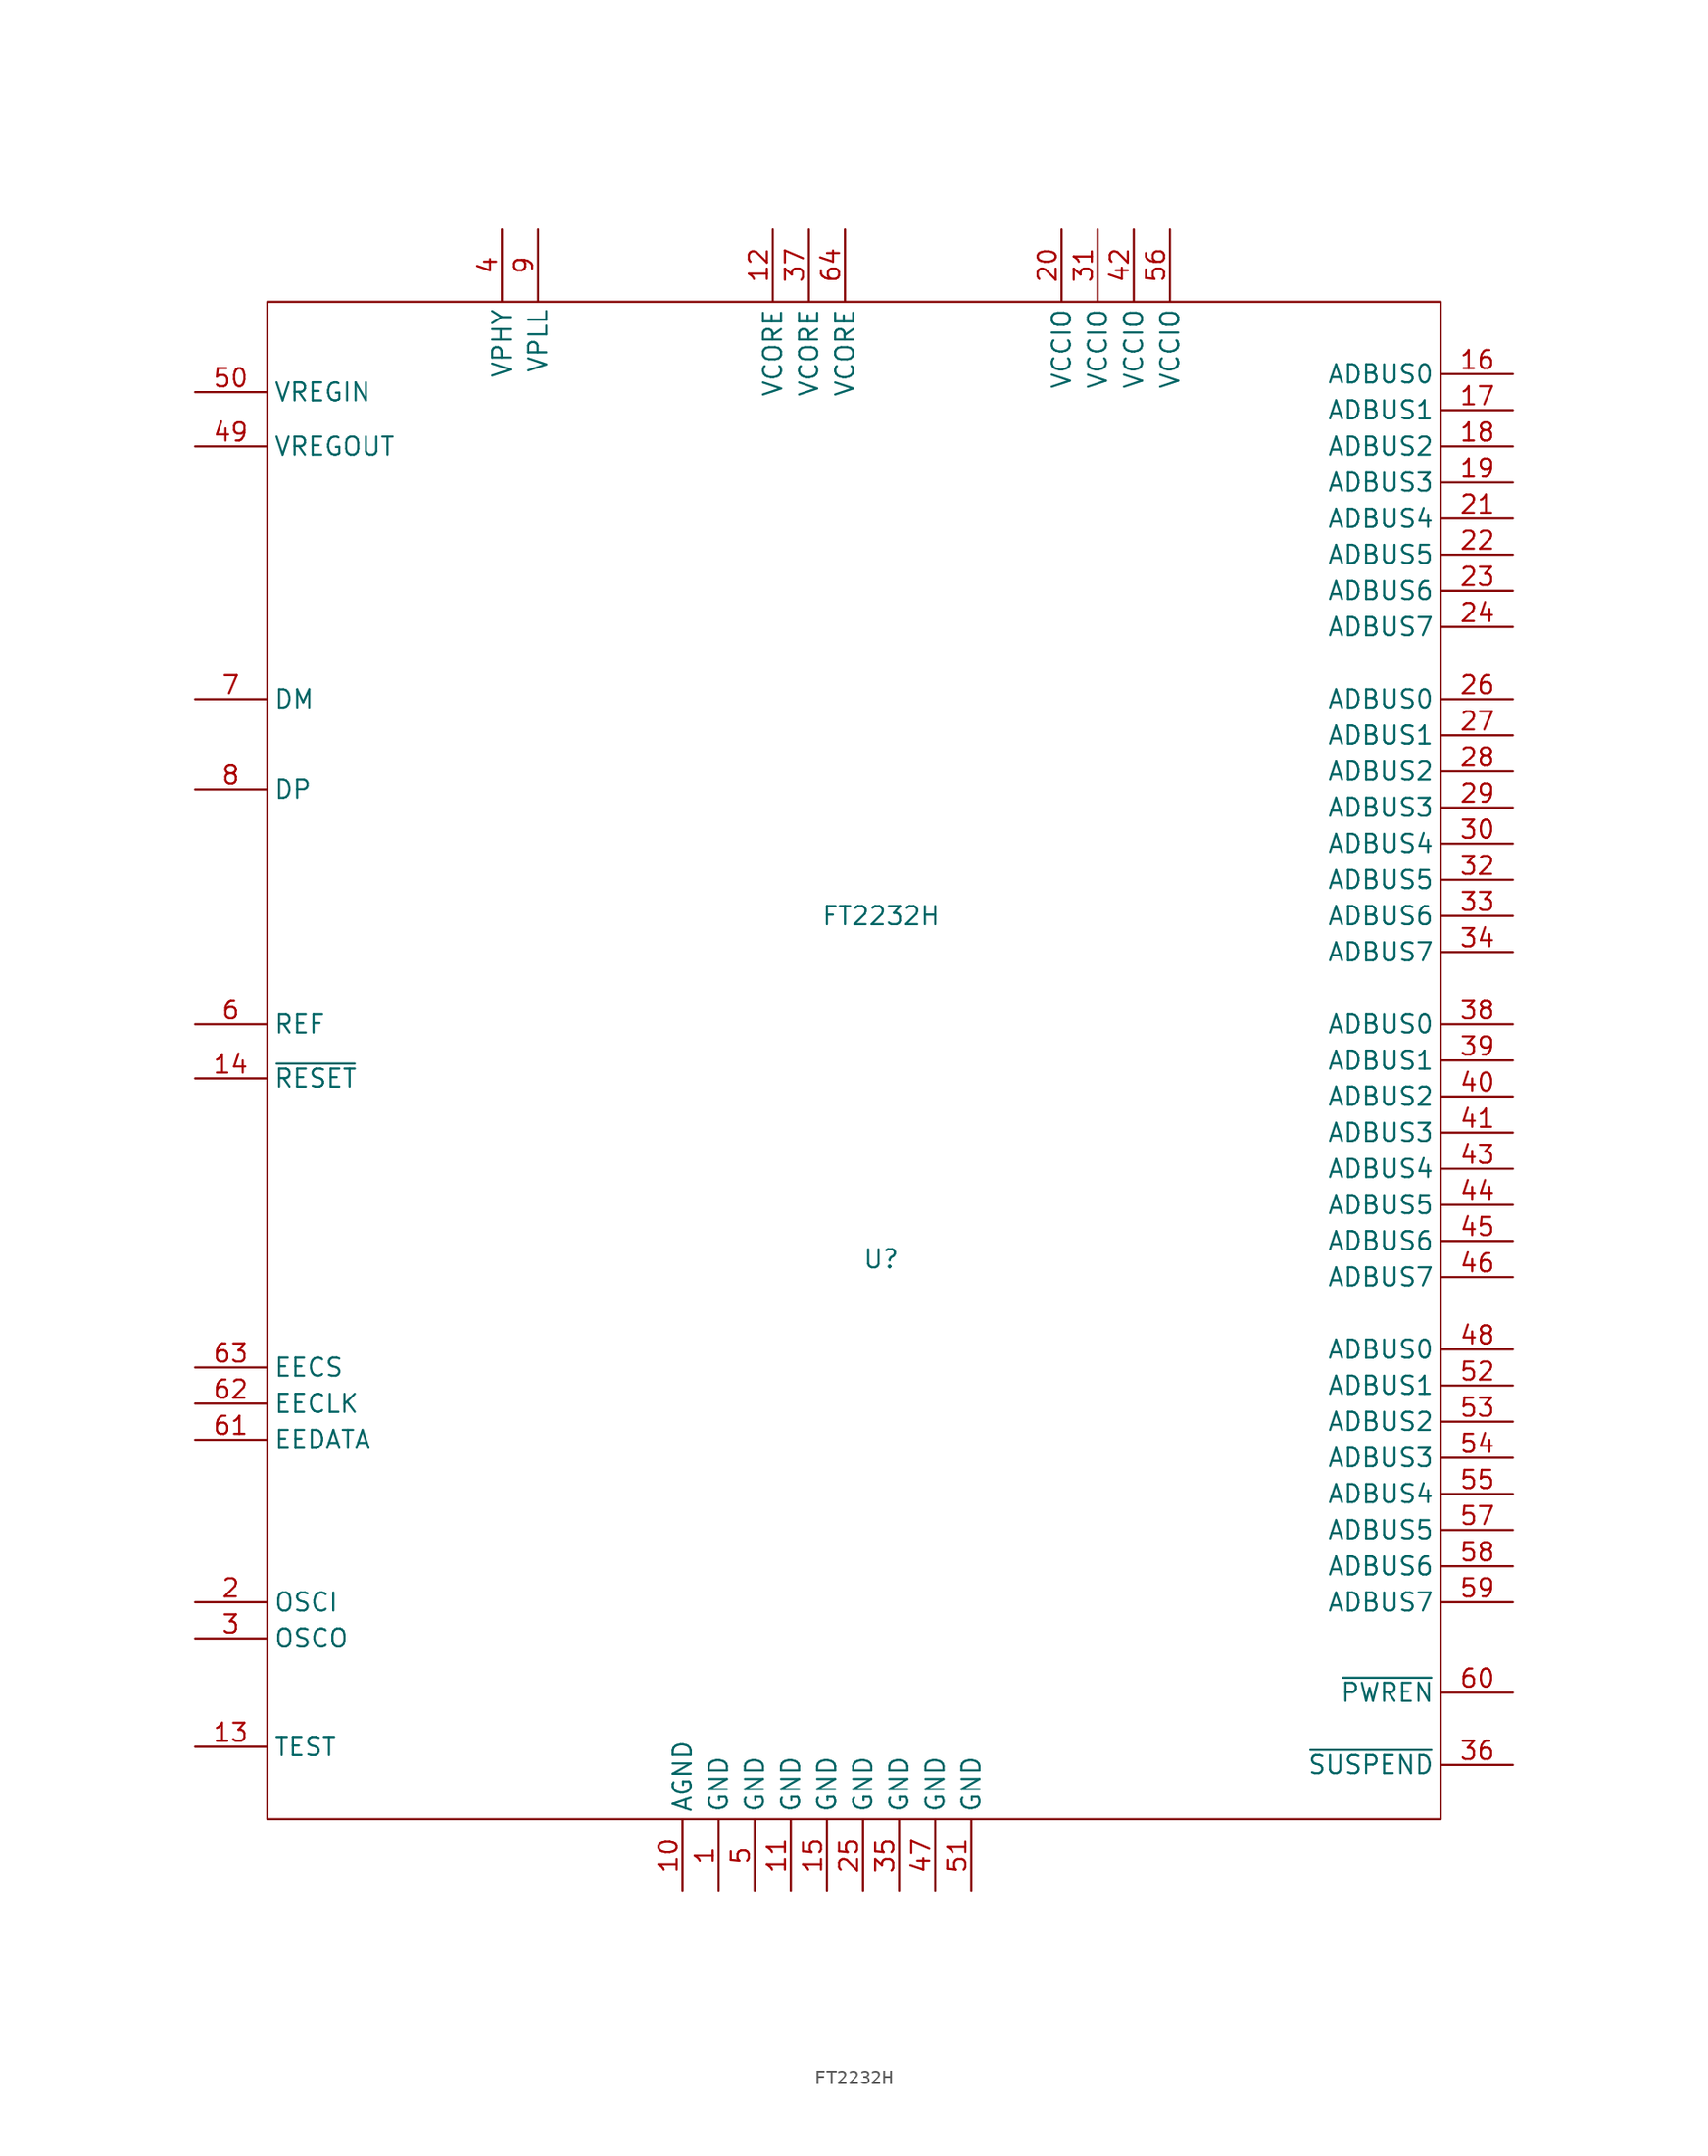
<source format=kicad_sym>
(kicad_symbol_lib
  (version 20211014)
  (generator kicad_symbol_editor)
  (symbol "FT2232H"
    (property "Reference" "U"
      (at 0 -10.16 0)
      (effects (font (size 1.27 1.27))))
    (property "Value" "FT2232H"
      (at 0 13.97 0)
      (effects (font (size 1.27 1.27))))
    (symbol "FT2232H_0_1"
      (rectangle (start 39.37 57.15) (end -43.18 -49.53) (stroke (width 0) (type default) (color 0 0 0 0)) (fill (type none))))
    (symbol "FT2232H_1_1"
      (pin passive line (at -11.43 -54.61 90) (length 5) (name "GND" (effects (font (size 1.27 1.27)))) (number "1" (effects (font (size 1.27 1.27)))))
      (pin passive line (at -13.97 -54.61 90) (length 5) (name "AGND" (effects (font (size 1.27 1.27)))) (number "10" (effects (font (size 1.27 1.27)))))
      (pin passive line (at -6.35 -54.61 90) (length 5) (name "GND" (effects (font (size 1.27 1.27)))) (number "11" (effects (font (size 1.27 1.27)))))
      (pin passive line (at -7.62 62.23 270) (length 5) (name "VCORE" (effects (font (size 1.27 1.27)))) (number "12" (effects (font (size 1.27 1.27)))))
      (pin passive line (at -48.26 -44.45 0) (length 5) (name "TEST" (effects (font (size 1.27 1.27)))) (number "13" (effects (font (size 1.27 1.27)))))
      (pin passive line (at -48.26 2.54 0) (length 5) (name "~{RESET}" (effects (font (size 1.27 1.27)))) (number "14" (effects (font (size 1.27 1.27)))))
      (pin passive line (at -3.81 -54.61 90) (length 5) (name "GND" (effects (font (size 1.27 1.27)))) (number "15" (effects (font (size 1.27 1.27)))))
      (pin passive line (at 44.45 52.07 180) (length 5) (name "ADBUS0" (effects (font (size 1.27 1.27)))) (number "16" (effects (font (size 1.27 1.27)))))
      (pin passive line (at 44.45 49.53 180) (length 5) (name "ADBUS1" (effects (font (size 1.27 1.27)))) (number "17" (effects (font (size 1.27 1.27)))))
      (pin passive line (at 44.45 46.99 180) (length 5) (name "ADBUS2" (effects (font (size 1.27 1.27)))) (number "18" (effects (font (size 1.27 1.27)))))
      (pin passive line (at 44.45 44.45 180) (length 5) (name "ADBUS3" (effects (font (size 1.27 1.27)))) (number "19" (effects (font (size 1.27 1.27)))))
      (pin passive line (at -48.26 -34.29 0) (length 5) (name "OSCI" (effects (font (size 1.27 1.27)))) (number "2" (effects (font (size 1.27 1.27)))))
      (pin passive line (at 12.7 62.23 270) (length 5) (name "VCCIO" (effects (font (size 1.27 1.27)))) (number "20" (effects (font (size 1.27 1.27)))))
      (pin passive line (at 44.45 41.91 180) (length 5) (name "ADBUS4" (effects (font (size 1.27 1.27)))) (number "21" (effects (font (size 1.27 1.27)))))
      (pin passive line (at 44.45 39.37 180) (length 5) (name "ADBUS5" (effects (font (size 1.27 1.27)))) (number "22" (effects (font (size 1.27 1.27)))))
      (pin passive line (at 44.45 36.83 180) (length 5) (name "ADBUS6" (effects (font (size 1.27 1.27)))) (number "23" (effects (font (size 1.27 1.27)))))
      (pin passive line (at 44.45 34.29 180) (length 5) (name "ADBUS7" (effects (font (size 1.27 1.27)))) (number "24" (effects (font (size 1.27 1.27)))))
      (pin passive line (at -1.27 -54.61 90) (length 5) (name "GND" (effects (font (size 1.27 1.27)))) (number "25" (effects (font (size 1.27 1.27)))))
      (pin passive line (at 44.45 29.21 180) (length 5) (name "ADBUS0" (effects (font (size 1.27 1.27)))) (number "26" (effects (font (size 1.27 1.27)))))
      (pin passive line (at 44.45 26.67 180) (length 5) (name "ADBUS1" (effects (font (size 1.27 1.27)))) (number "27" (effects (font (size 1.27 1.27)))))
      (pin passive line (at 44.45 24.13 180) (length 5) (name "ADBUS2" (effects (font (size 1.27 1.27)))) (number "28" (effects (font (size 1.27 1.27)))))
      (pin passive line (at 44.45 21.59 180) (length 5) (name "ADBUS3" (effects (font (size 1.27 1.27)))) (number "29" (effects (font (size 1.27 1.27)))))
      (pin passive line (at -48.26 -36.83 0) (length 5) (name "OSCO" (effects (font (size 1.27 1.27)))) (number "3" (effects (font (size 1.27 1.27)))))
      (pin passive line (at 44.45 19.05 180) (length 5) (name "ADBUS4" (effects (font (size 1.27 1.27)))) (number "30" (effects (font (size 1.27 1.27)))))
      (pin passive line (at 15.24 62.23 270) (length 5) (name "VCCIO" (effects (font (size 1.27 1.27)))) (number "31" (effects (font (size 1.27 1.27)))))
      (pin passive line (at 44.45 16.51 180) (length 5) (name "ADBUS5" (effects (font (size 1.27 1.27)))) (number "32" (effects (font (size 1.27 1.27)))))
      (pin passive line (at 44.45 13.97 180) (length 5) (name "ADBUS6" (effects (font (size 1.27 1.27)))) (number "33" (effects (font (size 1.27 1.27)))))
      (pin passive line (at 44.45 11.43 180) (length 5) (name "ADBUS7" (effects (font (size 1.27 1.27)))) (number "34" (effects (font (size 1.27 1.27)))))
      (pin passive line (at 1.27 -54.61 90) (length 5) (name "GND" (effects (font (size 1.27 1.27)))) (number "35" (effects (font (size 1.27 1.27)))))
      (pin passive line (at 44.45 -45.72 180) (length 5) (name "~{SUSPEND}" (effects (font (size 1.27 1.27)))) (number "36" (effects (font (size 1.27 1.27)))))
      (pin passive line (at -5.08 62.23 270) (length 5) (name "VCORE" (effects (font (size 1.27 1.27)))) (number "37" (effects (font (size 1.27 1.27)))))
      (pin passive line (at 44.45 6.35 180) (length 5) (name "ADBUS0" (effects (font (size 1.27 1.27)))) (number "38" (effects (font (size 1.27 1.27)))))
      (pin passive line (at 44.45 3.81 180) (length 5) (name "ADBUS1" (effects (font (size 1.27 1.27)))) (number "39" (effects (font (size 1.27 1.27)))))
      (pin passive line (at -26.67 62.23 270) (length 5) (name "VPHY" (effects (font (size 1.27 1.27)))) (number "4" (effects (font (size 1.27 1.27)))))
      (pin passive line (at 44.45 1.27 180) (length 5) (name "ADBUS2" (effects (font (size 1.27 1.27)))) (number "40" (effects (font (size 1.27 1.27)))))
      (pin passive line (at 44.45 -1.27 180) (length 5) (name "ADBUS3" (effects (font (size 1.27 1.27)))) (number "41" (effects (font (size 1.27 1.27)))))
      (pin passive line (at 17.78 62.23 270) (length 5) (name "VCCIO" (effects (font (size 1.27 1.27)))) (number "42" (effects (font (size 1.27 1.27)))))
      (pin passive line (at 44.45 -3.81 180) (length 5) (name "ADBUS4" (effects (font (size 1.27 1.27)))) (number "43" (effects (font (size 1.27 1.27)))))
      (pin passive line (at 44.45 -6.35 180) (length 5) (name "ADBUS5" (effects (font (size 1.27 1.27)))) (number "44" (effects (font (size 1.27 1.27)))))
      (pin passive line (at 44.45 -8.89 180) (length 5) (name "ADBUS6" (effects (font (size 1.27 1.27)))) (number "45" (effects (font (size 1.27 1.27)))))
      (pin passive line (at 44.45 -11.43 180) (length 5) (name "ADBUS7" (effects (font (size 1.27 1.27)))) (number "46" (effects (font (size 1.27 1.27)))))
      (pin passive line (at 3.81 -54.61 90) (length 5) (name "GND" (effects (font (size 1.27 1.27)))) (number "47" (effects (font (size 1.27 1.27)))))
      (pin passive line (at 44.45 -16.51 180) (length 5) (name "ADBUS0" (effects (font (size 1.27 1.27)))) (number "48" (effects (font (size 1.27 1.27)))))
      (pin passive line (at -48.26 46.99 0) (length 5) (name "VREGOUT" (effects (font (size 1.27 1.27)))) (number "49" (effects (font (size 1.27 1.27)))))
      (pin passive line (at -8.89 -54.61 90) (length 5) (name "GND" (effects (font (size 1.27 1.27)))) (number "5" (effects (font (size 1.27 1.27)))))
      (pin passive line (at -48.26 50.8 0) (length 5) (name "VREGIN" (effects (font (size 1.27 1.27)))) (number "50" (effects (font (size 1.27 1.27)))))
      (pin passive line (at 6.35 -54.61 90) (length 5) (name "GND" (effects (font (size 1.27 1.27)))) (number "51" (effects (font (size 1.27 1.27)))))
      (pin passive line (at 44.45 -19.05 180) (length 5) (name "ADBUS1" (effects (font (size 1.27 1.27)))) (number "52" (effects (font (size 1.27 1.27)))))
      (pin passive line (at 44.45 -21.59 180) (length 5) (name "ADBUS2" (effects (font (size 1.27 1.27)))) (number "53" (effects (font (size 1.27 1.27)))))
      (pin passive line (at 44.45 -24.13 180) (length 5) (name "ADBUS3" (effects (font (size 1.27 1.27)))) (number "54" (effects (font (size 1.27 1.27)))))
      (pin passive line (at 44.45 -26.67 180) (length 5) (name "ADBUS4" (effects (font (size 1.27 1.27)))) (number "55" (effects (font (size 1.27 1.27)))))
      (pin passive line (at 20.32 62.23 270) (length 5) (name "VCCIO" (effects (font (size 1.27 1.27)))) (number "56" (effects (font (size 1.27 1.27)))))
      (pin passive line (at 44.45 -29.21 180) (length 5) (name "ADBUS5" (effects (font (size 1.27 1.27)))) (number "57" (effects (font (size 1.27 1.27)))))
      (pin passive line (at 44.45 -31.75 180) (length 5) (name "ADBUS6" (effects (font (size 1.27 1.27)))) (number "58" (effects (font (size 1.27 1.27)))))
      (pin passive line (at 44.45 -34.29 180) (length 5) (name "ADBUS7" (effects (font (size 1.27 1.27)))) (number "59" (effects (font (size 1.27 1.27)))))
      (pin passive line (at -48.26 6.35 0) (length 5) (name "REF" (effects (font (size 1.27 1.27)))) (number "6" (effects (font (size 1.27 1.27)))))
      (pin passive line (at 44.45 -40.64 180) (length 5) (name "~{PWREN}" (effects (font (size 1.27 1.27)))) (number "60" (effects (font (size 1.27 1.27)))))
      (pin passive line (at -48.26 -22.86 0) (length 5) (name "EEDATA" (effects (font (size 1.27 1.27)))) (number "61" (effects (font (size 1.27 1.27)))))
      (pin passive line (at -48.26 -20.32 0) (length 5) (name "EECLK" (effects (font (size 1.27 1.27)))) (number "62" (effects (font (size 1.27 1.27)))))
      (pin passive line (at -48.26 -17.78 0) (length 5) (name "EECS" (effects (font (size 1.27 1.27)))) (number "63" (effects (font (size 1.27 1.27)))))
      (pin passive line (at -2.54 62.23 270) (length 5) (name "VCORE" (effects (font (size 1.27 1.27)))) (number "64" (effects (font (size 1.27 1.27)))))
      (pin passive line (at -48.26 29.21 0) (length 5) (name "DM" (effects (font (size 1.27 1.27)))) (number "7" (effects (font (size 1.27 1.27)))))
      (pin passive line (at -48.26 22.86 0) (length 5) (name "DP" (effects (font (size 1.27 1.27)))) (number "8" (effects (font (size 1.27 1.27)))))
      (pin passive line (at -24.13 62.23 270) (length 5) (name "VPLL" (effects (font (size 1.27 1.27)))) (number "9" (effects (font (size 1.27 1.27))))))))
</source>
